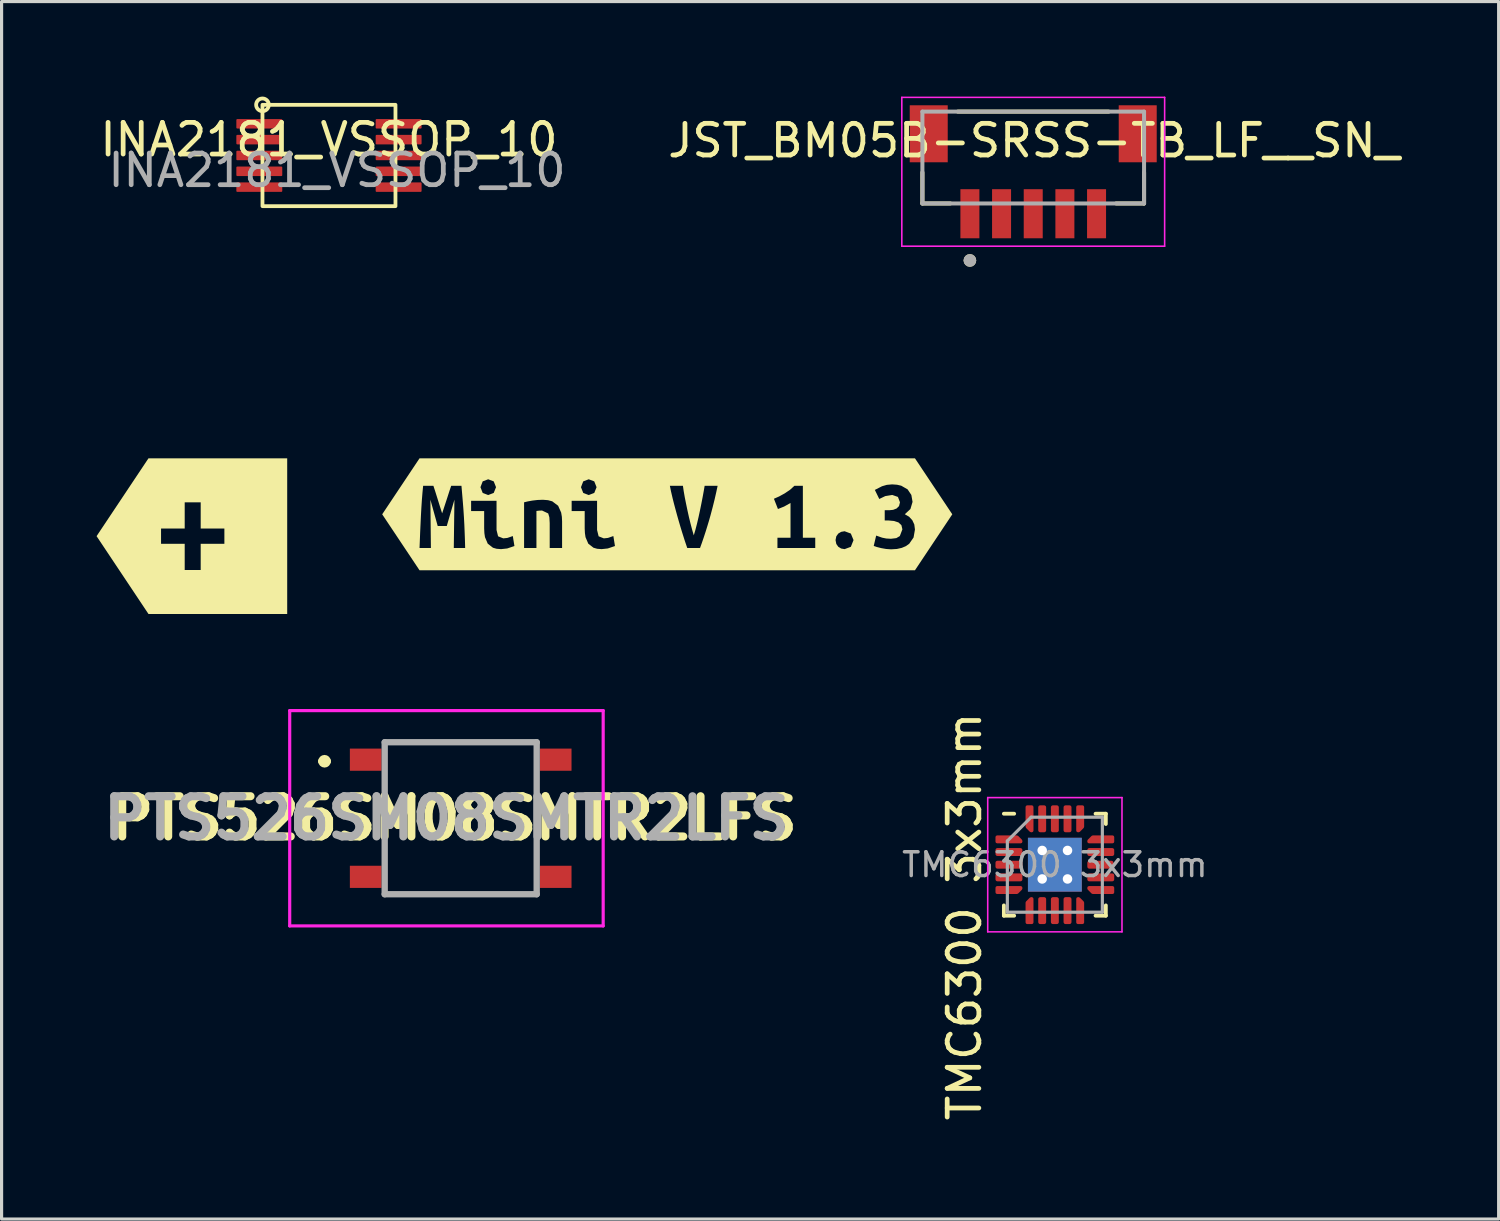
<source format=kicad_pcb>
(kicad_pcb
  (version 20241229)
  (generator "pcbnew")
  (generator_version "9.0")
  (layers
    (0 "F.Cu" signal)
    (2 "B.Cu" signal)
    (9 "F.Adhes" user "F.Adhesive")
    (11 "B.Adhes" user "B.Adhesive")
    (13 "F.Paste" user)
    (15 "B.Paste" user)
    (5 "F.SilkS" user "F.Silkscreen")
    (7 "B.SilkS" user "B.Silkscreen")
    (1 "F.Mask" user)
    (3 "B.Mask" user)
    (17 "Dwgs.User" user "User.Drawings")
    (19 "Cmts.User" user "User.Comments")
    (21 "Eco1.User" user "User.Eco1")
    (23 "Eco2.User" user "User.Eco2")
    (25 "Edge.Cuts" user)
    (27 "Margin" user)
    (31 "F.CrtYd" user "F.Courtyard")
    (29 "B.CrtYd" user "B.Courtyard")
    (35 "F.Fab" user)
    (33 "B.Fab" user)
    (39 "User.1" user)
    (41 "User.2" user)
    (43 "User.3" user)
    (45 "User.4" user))
  (footprint "INA2181_VSSOP_10"
    (layer "F.Cu")
    (at 7.339 1.86)
    (property "Reference" "INA2181_VSSOP_10" (at 0 -0.5 0) (unlocked yes) (layer "F.SilkS") (effects (font (size 1 1) (thickness 0.15))))
    (attr smd)
    (fp_rect (start -2.1 -1.6) (end 2.1 1.6) (stroke (width 0.12) (type default)) (fill no) (layer "F.SilkS"))
    (fp_circle (center -2.1 -1.6) (end -1.9 -1.6) (stroke (width 0.12) (type default)) (fill no) (layer "F.SilkS"))
    (fp_text user "${REFERENCE}" (at 0.254 0.468 0) (unlocked yes) (layer "F.Fab") (effects (font (size 1 1) (thickness 0.15))))
    (pad "1" smd roundrect (at -2.2 -1) (size 1.45 0.3) (layers "F.Cu" "F.Mask" "F.Paste") (roundrect_rratio 0.1))
    (pad "2" smd roundrect (at -2.2 -0.5) (size 1.45 0.3) (layers "F.Cu" "F.Mask" "F.Paste") (roundrect_rratio 0.1))
    (pad "3" smd roundrect (at -2.2 0) (size 1.45 0.3) (layers "F.Cu" "F.Mask" "F.Paste") (roundrect_rratio 0.1))
    (pad "4" smd roundrect (at -2.2 0.5) (size 1.45 0.3) (layers "F.Cu" "F.Mask" "F.Paste") (roundrect_rratio 0.1))
    (pad "5" smd roundrect (at -2.2 1) (size 1.45 0.3) (layers "F.Cu" "F.Mask" "F.Paste") (roundrect_rratio 0.1))
    (pad "6" smd roundrect (at 2.2 1) (size 1.45 0.3) (layers "F.Cu" "F.Mask" "F.Paste") (roundrect_rratio 0.1))
    (pad "7" smd roundrect (at 2.2 0.5) (size 1.45 0.3) (layers "F.Cu" "F.Mask" "F.Paste") (roundrect_rratio 0.1))
    (pad "8" smd roundrect (at 2.2 0) (size 1.45 0.3) (layers "F.Cu" "F.Mask" "F.Paste") (roundrect_rratio 0.1))
    (pad "9" smd roundrect (at 2.2 -0.5) (size 1.45 0.3) (layers "F.Cu" "F.Mask" "F.Paste") (roundrect_rratio 0.1))
    (pad "10" smd roundrect (at 2.2 -1) (size 1.45 0.3) (layers "F.Cu" "F.Mask" "F.Paste") (roundrect_rratio 0.1)))
  (footprint "kibuzzard-656F59A7"
    (layer "F.Cu")
    (at 3.01 13.882)
    (property "Reference" "kibuzzard-656F59A7" (at 0 -5.506 0) (layer "F.SilkS") (effects (font (size 0.001 0.001) (thickness 0.15))))
    (attr board_only exclude_from_pos_files exclude_from_bom)
    (fp_poly (pts (xy -0.974 -2.458) (xy -1.371 -2.458) (xy -3.01 0) (xy -1.371 2.458) (xy -0.974 2.458) (xy 0.278 2.458) (xy 0.278 1.069) (xy -0.227 1.069) (xy -0.227 0.241) (xy -0.974 0.241) (xy -0.974 -0.241) (xy -0.227 -0.241) (xy -0.227 -1.069) (xy 0.278 -1.069) (xy 0.278 -0.241) (xy 1.026 -0.241) (xy 1.026 0.241) (xy 0.278 0.241) (xy 0.278 1.069) (xy 0.278 2.458) (xy 1.026 2.458) (xy 3.01 2.458) (xy 3.01 -2.458) (xy 1.026 -2.458) (xy -0.974 -2.458)) (stroke (width 0) (type solid)) (fill yes) (layer "F.SilkS")))
  (footprint "PTS526SM08SMTR2LFS"
    (layer "F.Cu")
    (at 11.499 22.791)
    (property "Reference" "PTS526SM08SMTR2LFS" (at -0.196 0 0) (layer "F.SilkS") (effects (font (size 1.27 1.27) (thickness 0.254))))
    (attr smd)
    (fp_line (start -4.4 -1.8) (end -4.4 -1.8) (stroke (width 0.2) (type solid)) (layer "F.SilkS"))
    (fp_line (start -4.2 -1.8) (end -4.2 -1.8) (stroke (width 0.2) (type solid)) (layer "F.SilkS"))
    (fp_line (start -2.4 -2.4) (end 2.4 -2.4) (stroke (width 0.1) (type solid)) (layer "F.SilkS"))
    (fp_line (start -2.4 -1.2) (end -2.4 1) (stroke (width 0.1) (type solid)) (layer "F.SilkS"))
    (fp_line (start -2.4 2.4) (end 2.4 2.4) (stroke (width 0.1) (type solid)) (layer "F.SilkS"))
    (fp_line (start 2.4 -1.2) (end 2.4 1) (stroke (width 0.1) (type solid)) (layer "F.SilkS"))
    (fp_arc (start -4.4 -1.8) (mid -4.3 -1.9) (end -4.2 -1.8) (stroke (width 0.2) (type solid)) (layer "F.SilkS"))
    (fp_arc (start -4.2 -1.8) (mid -4.3 -1.7) (end -4.4 -1.8) (stroke (width 0.2) (type solid)) (layer "F.SilkS"))
    (fp_line (start -5.4 -3.4) (end 4.5 -3.4) (stroke (width 0.1) (type solid)) (layer "F.CrtYd"))
    (fp_line (start -5.4 3.4) (end -5.4 -3.4) (stroke (width 0.1) (type solid)) (layer "F.CrtYd"))
    (fp_line (start 4.5 -3.4) (end 4.5 3.4) (stroke (width 0.1) (type solid)) (layer "F.CrtYd"))
    (fp_line (start 4.5 3.4) (end -5.4 3.4) (stroke (width 0.1) (type solid)) (layer "F.CrtYd"))
    (fp_line (start -2.4 -2.4) (end 2.4 -2.4) (stroke (width 0.2) (type solid)) (layer "F.Fab"))
    (fp_line (start -2.4 2.4) (end -2.4 -2.4) (stroke (width 0.2) (type solid)) (layer "F.Fab"))
    (fp_line (start 2.4 -2.4) (end 2.4 2.4) (stroke (width 0.2) (type solid)) (layer "F.Fab"))
    (fp_line (start 2.4 2.4) (end -2.4 2.4) (stroke (width 0.2) (type solid)) (layer "F.Fab"))
    (fp_text user "${REFERENCE}" (at -0.45 0 0) (layer "F.Fab") (effects (font (size 1.27 1.27) (thickness 0.254))))
    (pad "1" smd rect (at -3 -1.85 90) (size 0.7 1) (layers "F.Cu" "F.Mask" "F.Paste"))
    (pad "2" smd rect (at 3 -1.85 90) (size 0.7 1) (layers "F.Cu" "F.Mask" "F.Paste"))
    (pad "3" smd rect (at -3 1.85 90) (size 0.7 1) (layers "F.Cu" "F.Mask" "F.Paste"))
    (pad "4" smd rect (at 3 1.85 90) (size 0.7 1) (layers "F.Cu" "F.Mask" "F.Paste")))
  (footprint "TMC6300 3x3mm"
    (layer "F.Cu")
    (at 30.263 24.258)
    (property "Reference" "TMC6300 3x3mm" (at -2.855 1.636 90) (layer "F.SilkS") (effects (font (size 1 1) (thickness 0.15))))
    (attr smd)
    (fp_line (start -1.61 1.61) (end -1.61 1.285) (stroke (width 0.12) (type solid)) (layer "F.SilkS"))
    (fp_line (start -1.285 -1.61) (end -1.61 -1.61) (stroke (width 0.12) (type solid)) (layer "F.SilkS"))
    (fp_line (start -1.285 1.61) (end -1.61 1.61) (stroke (width 0.12) (type solid)) (layer "F.SilkS"))
    (fp_line (start 1.285 -1.61) (end 1.61 -1.61) (stroke (width 0.12) (type solid)) (layer "F.SilkS"))
    (fp_line (start 1.285 1.61) (end 1.61 1.61) (stroke (width 0.12) (type solid)) (layer "F.SilkS"))
    (fp_line (start 1.61 -1.61) (end 1.61 -1.285) (stroke (width 0.12) (type solid)) (layer "F.SilkS"))
    (fp_line (start 1.61 1.61) (end 1.61 1.285) (stroke (width 0.12) (type solid)) (layer "F.SilkS"))
    (fp_line (start -2.12 -2.12) (end -2.12 2.12) (stroke (width 0.05) (type solid)) (layer "F.CrtYd"))
    (fp_line (start -2.12 2.12) (end 2.12 2.12) (stroke (width 0.05) (type solid)) (layer "F.CrtYd"))
    (fp_line (start 2.12 -2.12) (end -2.12 -2.12) (stroke (width 0.05) (type solid)) (layer "F.CrtYd"))
    (fp_line (start 2.12 2.12) (end 2.12 -2.12) (stroke (width 0.05) (type solid)) (layer "F.CrtYd"))
    (fp_line (start -1.5 -0.75) (end -0.75 -1.5) (stroke (width 0.1) (type solid)) (layer "F.Fab"))
    (fp_line (start -1.5 1.5) (end -1.5 -0.75) (stroke (width 0.1) (type solid)) (layer "F.Fab"))
    (fp_line (start -0.75 -1.5) (end 1.5 -1.5) (stroke (width 0.1) (type solid)) (layer "F.Fab"))
    (fp_line (start 1.5 -1.5) (end 1.5 1.5) (stroke (width 0.1) (type solid)) (layer "F.Fab"))
    (fp_line (start 1.5 1.5) (end -1.5 1.5) (stroke (width 0.1) (type solid)) (layer "F.Fab"))
    (fp_text user "${REFERENCE}" (at 0 0 0) (layer "F.Fab") (effects (font (size 0.75 0.75) (thickness 0.11))))
    (pad "" smd roundrect (at -0.4 -0.4) (size 0.69 0.69) (layers "F.Paste") (roundrect_rratio 0.25))
    (pad "" smd roundrect (at -0.4 0.4) (size 0.69 0.69) (layers "F.Paste") (roundrect_rratio 0.25))
    (pad "" smd roundrect (at 0.4 -0.4) (size 0.69 0.69) (layers "F.Paste") (roundrect_rratio 0.25))
    (pad "" smd roundrect (at 0.4 0.4) (size 0.69 0.69) (layers "F.Paste") (roundrect_rratio 0.25))
    (pad "1" smd custom (at -1.45 -0.8) (size 0.144 0.144) (layers "F.Cu" "F.Mask" "F.Paste") (options (anchor circle)) (primitives (gr_poly (pts (xy 0.375 0.046) (xy 0.375 0.075) (xy -0.375 0.075) (xy -0.375 -0.075) (xy 0.254 -0.075)) (width 0.1) (fill yes))))
    (pad "2" smd roundrect (at -1.45 -0.4) (size 0.85 0.25) (layers "F.Cu" "F.Mask" "F.Paste") (roundrect_rratio 0.25))
    (pad "3" smd roundrect (at -1.45 0) (size 0.85 0.25) (layers "F.Cu" "F.Mask" "F.Paste") (roundrect_rratio 0.25))
    (pad "4" smd roundrect (at -1.45 0.4) (size 0.85 0.25) (layers "F.Cu" "F.Mask" "F.Paste") (roundrect_rratio 0.25))
    (pad "5" smd custom (at -1.45 0.8) (size 0.144 0.144) (layers "F.Cu" "F.Mask" "F.Paste") (options (anchor circle)) (primitives (gr_poly (pts (xy 0.375 -0.046) (xy 0.254 0.075) (xy -0.375 0.075) (xy -0.375 -0.075) (xy 0.375 -0.075)) (width 0.1) (fill yes))))
    (pad "6" smd custom (at -0.8 1.45) (size 0.144 0.144) (layers "F.Cu" "F.Mask" "F.Paste") (options (anchor circle)) (primitives (gr_poly (pts (xy 0.075 0.375) (xy -0.075 0.375) (xy -0.075 -0.254) (xy 0.046 -0.375) (xy 0.075 -0.375)) (width 0.1) (fill yes))))
    (pad "7" smd roundrect (at -0.4 1.45) (size 0.25 0.85) (layers "F.Cu" "F.Mask" "F.Paste") (roundrect_rratio 0.25))
    (pad "8" smd roundrect (at 0 1.45) (size 0.25 0.85) (layers "F.Cu" "F.Mask" "F.Paste") (roundrect_rratio 0.25))
    (pad "9" smd roundrect (at 0.4 1.45) (size 0.25 0.85) (layers "F.Cu" "F.Mask" "F.Paste") (roundrect_rratio 0.25))
    (pad "10" smd custom (at 0.8 1.45) (size 0.144 0.144) (layers "F.Cu" "F.Mask" "F.Paste") (options (anchor circle)) (primitives (gr_poly (pts (xy 0.075 -0.254) (xy 0.075 0.375) (xy -0.075 0.375) (xy -0.075 -0.375) (xy -0.046 -0.375)) (width 0.1) (fill yes))))
    (pad "11" smd custom (at 1.45 0.8) (size 0.144 0.144) (layers "F.Cu" "F.Mask" "F.Paste") (options (anchor circle)) (primitives (gr_poly (pts (xy 0.375 0.075) (xy -0.254 0.075) (xy -0.375 -0.046) (xy -0.375 -0.075) (xy 0.375 -0.075)) (width 0.1) (fill yes))))
    (pad "12" smd roundrect (at 1.45 0.4) (size 0.85 0.25) (layers "F.Cu" "F.Mask" "F.Paste") (roundrect_rratio 0.25))
    (pad "13" smd roundrect (at 1.438 0) (size 0.825 0.25) (layers "F.Cu" "F.Mask" "F.Paste") (roundrect_rratio 0.25))
    (pad "14" smd roundrect (at 1.45 -0.4) (size 0.85 0.25) (layers "F.Cu" "F.Mask" "F.Paste") (roundrect_rratio 0.25))
    (pad "15" smd custom (at 1.45 -0.8) (size 0.144 0.144) (layers "F.Cu" "F.Mask" "F.Paste") (options (anchor circle)) (primitives (gr_poly (pts (xy 0.375 0.075) (xy -0.375 0.075) (xy -0.375 0.046) (xy -0.254 -0.075) (xy 0.375 -0.075)) (width 0.1) (fill yes))))
    (pad "16" smd custom (at 0.8 -1.45) (size 0.144 0.144) (layers "F.Cu" "F.Mask" "F.Paste") (options (anchor circle)) (primitives (gr_poly (pts (xy 0.075 0.254) (xy -0.046 0.375) (xy -0.075 0.375) (xy -0.075 -0.375) (xy 0.075 -0.375)) (width 0.1) (fill yes))))
    (pad "17" smd roundrect (at 0.4 -1.45) (size 0.25 0.85) (layers "F.Cu" "F.Mask" "F.Paste") (roundrect_rratio 0.25))
    (pad "18" smd roundrect (at 0 -1.45) (size 0.25 0.85) (layers "F.Cu" "F.Mask" "F.Paste") (roundrect_rratio 0.25))
    (pad "19" smd roundrect (at -0.4 -1.45) (size 0.25 0.85) (layers "F.Cu" "F.Mask" "F.Paste") (roundrect_rratio 0.25))
    (pad "20" smd custom (at -0.8 -1.45) (size 0.144 0.144) (layers "F.Cu" "F.Mask" "F.Paste") (options (anchor circle)) (primitives (gr_poly (pts (xy 0.075 0.375) (xy 0.046 0.375) (xy -0.075 0.254) (xy -0.075 -0.375) (xy 0.075 -0.375)) (width 0.1) (fill yes))))
    (pad "21" thru_hole circle (at -0.4 -0.45) (size 0.6 0.6) (drill 0.3) (layers "*.Cu"))
    (pad "21" thru_hole circle (at -0.4 0.45) (size 0.6 0.6) (drill 0.3) (layers "*.Cu"))
    (pad "21" smd rect (at 0 0) (size 1.7 1.7) (layers "F.Cu" "F.Mask"))
    (pad "21" smd rect (at 0 0) (size 1.7 1.7) (layers "B.Cu"))
    (pad "21" thru_hole circle (at 0.4 -0.45) (size 0.6 0.6) (drill 0.3) (layers "*.Cu"))
    (pad "21" thru_hole circle (at 0.4 0.45) (size 0.6 0.6) (drill 0.3) (layers "*.Cu")))
  (footprint "JST_BM05B-SRSS-TB_LF__SN_"
    (layer "F.Cu")
    (at 29.58 1.175)
    (property "Reference" "JST_BM05B-SRSS-TB_LF__SN_" (at 0.025 0.215 180) (layer "F.SilkS") (effects (font (size 1 1) (thickness 0.15))))
    (attr smd)
    (fp_line (start -3.5 2.2) (end -3.5 1.22) (stroke (width 0.127) (type solid)) (layer "F.SilkS"))
    (fp_line (start -2.62 2.2) (end -3.5 2.2) (stroke (width 0.127) (type solid)) (layer "F.SilkS"))
    (fp_line (start -2.38 -0.7) (end 2.38 -0.7) (stroke (width 0.127) (type solid)) (layer "F.SilkS"))
    (fp_line (start 3.5 2.2) (end 2.62 2.2) (stroke (width 0.127) (type solid)) (layer "F.SilkS"))
    (fp_line (start 3.5 2.2) (end 3.5 1.22) (stroke (width 0.127) (type solid)) (layer "F.SilkS"))
    (fp_circle (center -2 4) (end -1.9 4) (stroke (width 0.2) (type solid)) (fill no) (layer "F.SilkS"))
    (fp_line (start -4.15 -1.15) (end -4.15 3.55) (stroke (width 0.05) (type solid)) (layer "F.CrtYd"))
    (fp_line (start -4.15 3.55) (end 4.15 3.55) (stroke (width 0.05) (type solid)) (layer "F.CrtYd"))
    (fp_line (start 4.15 -1.15) (end -4.15 -1.15) (stroke (width 0.05) (type solid)) (layer "F.CrtYd"))
    (fp_line (start 4.15 3.55) (end 4.15 -1.15) (stroke (width 0.05) (type solid)) (layer "F.CrtYd"))
    (fp_line (start -3.5 -0.7) (end 3.5 -0.7) (stroke (width 0.127) (type solid)) (layer "F.Fab"))
    (fp_line (start -3.5 2.2) (end -3.5 -0.7) (stroke (width 0.127) (type solid)) (layer "F.Fab"))
    (fp_line (start 3.5 -0.7) (end 3.5 2.2) (stroke (width 0.127) (type solid)) (layer "F.Fab"))
    (fp_line (start 3.5 2.2) (end -3.5 2.2) (stroke (width 0.127) (type solid)) (layer "F.Fab"))
    (fp_circle (center -2 4) (end -1.9 4) (stroke (width 0.2) (type solid)) (fill no) (layer "F.Fab"))
    (pad "1" smd rect (at -2 2.525) (size 0.6 1.55) (layers "F.Cu" "F.Mask" "F.Paste"))
    (pad "2" smd rect (at -1 2.525) (size 0.6 1.55) (layers "F.Cu" "F.Mask" "F.Paste"))
    (pad "3" smd rect (at 0 2.525) (size 0.6 1.55) (layers "F.Cu" "F.Mask" "F.Paste"))
    (pad "4" smd rect (at 1 2.525) (size 0.6 1.55) (layers "F.Cu" "F.Mask" "F.Paste"))
    (pad "5" smd rect (at 2 2.525) (size 0.6 1.55) (layers "F.Cu" "F.Mask" "F.Paste"))
    (pad "S1" smd rect (at -3.3 0) (size 1.2 1.8) (layers "F.Cu" "F.Mask" "F.Paste"))
    (pad "S2" smd rect (at 3.3 0) (size 1.2 1.8) (layers "F.Cu" "F.Mask" "F.Paste")))
  (footprint "kibuzzard-656F4911"
    (layer "F.Cu")
    (at 18.022 13.192)
    (property "Reference" "kibuzzard-656F4911" (at 0 -4.816 0) (layer "F.SilkS") (effects (font (size 0.001 0.001) (thickness 0.15))))
    (attr board_only exclude_from_pos_files exclude_from_bom)
    (fp_poly (pts (xy -7.823 -1.768) (xy -7.823 -1.768) (xy -9.002 0) (xy -7.823 1.768) (xy -7.823 1.768) (xy -6.382 1.768) (xy -6.382 1.065) (xy -6.741 1.065) (xy -6.721 -0.462) (xy -6.963 0.37) (xy -7.249 0.37) (xy -7.48 -0.462) (xy -7.464 1.065) (xy -7.823 1.065) (xy -7.813 0.819) (xy -7.803 0.564) (xy -7.791 0.304) (xy -7.779 0.046) (xy -7.765 -0.207) (xy -7.749 -0.452) (xy -7.73 -0.685) (xy -7.709 -0.9) (xy -7.385 -0.9) (xy -7.329 -0.729) (xy -7.258 -0.503) (xy -7.182 -0.259) (xy -7.109 -0.03) (xy -7.029 -0.273) (xy -6.95 -0.514) (xy -6.88 -0.732) (xy -6.823 -0.9) (xy -6.499 -0.9) (xy -6.477 -0.646) (xy -6.456 -0.398) (xy -6.437 -0.155) (xy -6.421 0.086) (xy -6.408 0.326) (xy -6.398 0.568) (xy -6.389 0.814) (xy -6.382 1.065) (xy -6.382 1.768) (xy -5.248 1.768) (xy -5.248 1.1) (xy -5.388 1.089) (xy -5.504 1.056) (xy -5.669 0.927) (xy -5.756 0.722) (xy -5.775 0.593) (xy -5.782 0.446) (xy -5.782 -0.103) (xy -6.194 -0.103) (xy -6.194 -0.427) (xy -5.655 -0.427) (xy -5.655 -0.608) (xy -5.828 -0.675) (xy -5.899 -0.856) (xy -5.828 -1.04) (xy -5.655 -1.106) (xy -5.48 -1.04) (xy -5.407 -0.856) (xy -5.48 -0.675) (xy -5.655 -0.608) (xy -5.655 -0.427) (xy -5.391 -0.427) (xy -5.391 0.497) (xy -5.342 0.695) (xy -5.178 0.76) (xy -5.048 0.746) (xy -4.877 0.687) (xy -4.826 1.002) (xy -5.053 1.079) (xy -5.248 1.1) (xy -5.248 1.768) (xy -3.321 1.768) (xy -3.321 1.065) (xy -3.712 1.065) (xy -3.712 0.275) (xy -3.723 0.094) (xy -3.759 -0.027) (xy -3.953 -0.119) (xy -4.04 -0.116) (xy -4.131 -0.106) (xy -4.131 1.065) (xy -4.521 1.065) (xy -4.521 -0.379) (xy -4.404 -0.407) (xy -4.262 -0.433) (xy -4.102 -0.452) (xy -3.927 -0.459) (xy -3.765 -0.446) (xy -3.632 -0.41) (xy -3.446 -0.27) (xy -3.35 -0.054) (xy -3.328 0.078) (xy -3.321 0.224) (xy -3.321 1.065) (xy -3.321 1.768) (xy -2.073 1.768) (xy -2.073 1.1) (xy -2.213 1.089) (xy -2.329 1.056) (xy -2.494 0.927) (xy -2.581 0.722) (xy -2.6 0.593) (xy -2.607 0.446) (xy -2.607 -0.103) (xy -3.019 -0.103) (xy -3.019 -0.427) (xy -2.48 -0.427) (xy -2.48 -0.608) (xy -2.653 -0.675) (xy -2.724 -0.856) (xy -2.653 -1.04) (xy -2.48 -1.106) (xy -2.305 -1.04) (xy -2.232 -0.856) (xy -2.305 -0.675) (xy -2.48 -0.608) (xy -2.48 -0.427) (xy -2.216 -0.427) (xy -2.216 0.497) (xy -2.167 0.695) (xy -2.003 0.76) (xy -1.873 0.746) (xy -1.702 0.687) (xy -1.651 1.002) (xy -1.878 1.079) (xy -2.073 1.1) (xy -2.073 1.768) (xy 0.632 1.768) (xy 0.632 1.065) (xy 0.553 0.832) (xy 0.47 0.57) (xy 0.414 0.386) (xy 0.36 0.202) (xy 0.308 0.019) (xy 0.259 -0.161) (xy 0.213 -0.334) (xy 0.171 -0.5) (xy 0.119 -0.722) (xy 0.083 -0.9) (xy 0.495 -0.9) (xy 0.519 -0.735) (xy 0.552 -0.546) (xy 0.593 -0.341) (xy 0.637 -0.13) (xy 0.684 0.083) (xy 0.735 0.292) (xy 0.787 0.489) (xy 0.838 0.665) (xy 0.889 0.492) (xy 0.94 0.295) (xy 0.989 0.086) (xy 1.035 -0.127) (xy 1.078 -0.339) (xy 1.118 -0.545) (xy 1.153 -0.735) (xy 1.181 -0.9) (xy 1.591 -0.9) (xy 1.548 -0.699) (xy 1.497 -0.475) (xy 1.437 -0.234) (xy 1.37 0.019) (xy 1.321 0.193) (xy 1.268 0.368) (xy 1.213 0.546) (xy 1.155 0.723) (xy 1.096 0.896) (xy 1.035 1.065) (xy 0.632 1.065) (xy 0.632 1.768) (xy 4.674 1.768) (xy 4.674 1.065) (xy 3.48 1.065) (xy 3.48 0.741) (xy 3.893 0.741) (xy 3.893 -0.357) (xy 3.689 -0.244) (xy 3.496 -0.167) (xy 3.369 -0.491) (xy 3.534 -0.564) (xy 3.712 -0.662) (xy 3.88 -0.776) (xy 4.016 -0.9) (xy 4.283 -0.9) (xy 4.283 0.741) (xy 4.674 0.741) (xy 4.674 1.065) (xy 4.674 1.768) (xy 5.601 1.768) (xy 5.601 1.1) (xy 5.493 1.081) (xy 5.402 1.026) (xy 5.339 0.937) (xy 5.315 0.814) (xy 5.339 0.695) (xy 5.402 0.608) (xy 5.493 0.554) (xy 5.601 0.535) (xy 5.798 0.608) (xy 5.883 0.814) (xy 5.798 1.027) (xy 5.601 1.1) (xy 5.601 1.768) (xy 7.068 1.768) (xy 7.068 1.106) (xy 6.914 1.095) (xy 6.758 1.068) (xy 6.62 1.033) (xy 6.521 0.999) (xy 6.598 0.672) (xy 6.787 0.738) (xy 6.914 0.764) (xy 7.064 0.773) (xy 7.235 0.752) (xy 7.345 0.687) (xy 7.426 0.475) (xy 7.395 0.343) (xy 7.303 0.257) (xy 7.162 0.211) (xy 6.988 0.195) (xy 6.868 0.195) (xy 6.868 -0.129) (xy 7.014 -0.129) (xy 7.134 -0.141) (xy 7.242 -0.183) (xy 7.32 -0.259) (xy 7.35 -0.379) (xy 7.285 -0.549) (xy 7.106 -0.611) (xy 6.885 -0.575) (xy 6.696 -0.484) (xy 6.556 -0.77) (xy 6.783 -0.886) (xy 6.934 -0.93) (xy 7.102 -0.945) (xy 7.257 -0.934) (xy 7.39 -0.903) (xy 7.591 -0.787) (xy 7.709 -0.611) (xy 7.747 -0.392) (xy 7.68 -0.167) (xy 7.503 -0.002) (xy 7.638 0.077) (xy 7.739 0.186) (xy 7.802 0.321) (xy 7.823 0.481) (xy 7.779 0.732) (xy 7.642 0.93) (xy 7.537 1.005) (xy 7.407 1.06) (xy 7.251 1.095) (xy 7.068 1.106) (xy 7.068 1.768) (xy 7.823 1.768) (xy 7.823 1.768) (xy 9.002 0) (xy 7.823 -1.768) (xy 7.823 -1.768) (xy -7.823 -1.768)) (stroke (width 0) (type solid)) (fill yes) (layer "F.SilkS")))
  (gr_rect
    (start -3 -3)
    (end 44.278 35.448)
    (stroke (width 0.1) (type default))
    (fill no)
    (layer "Edge.Cuts")))
</source>
